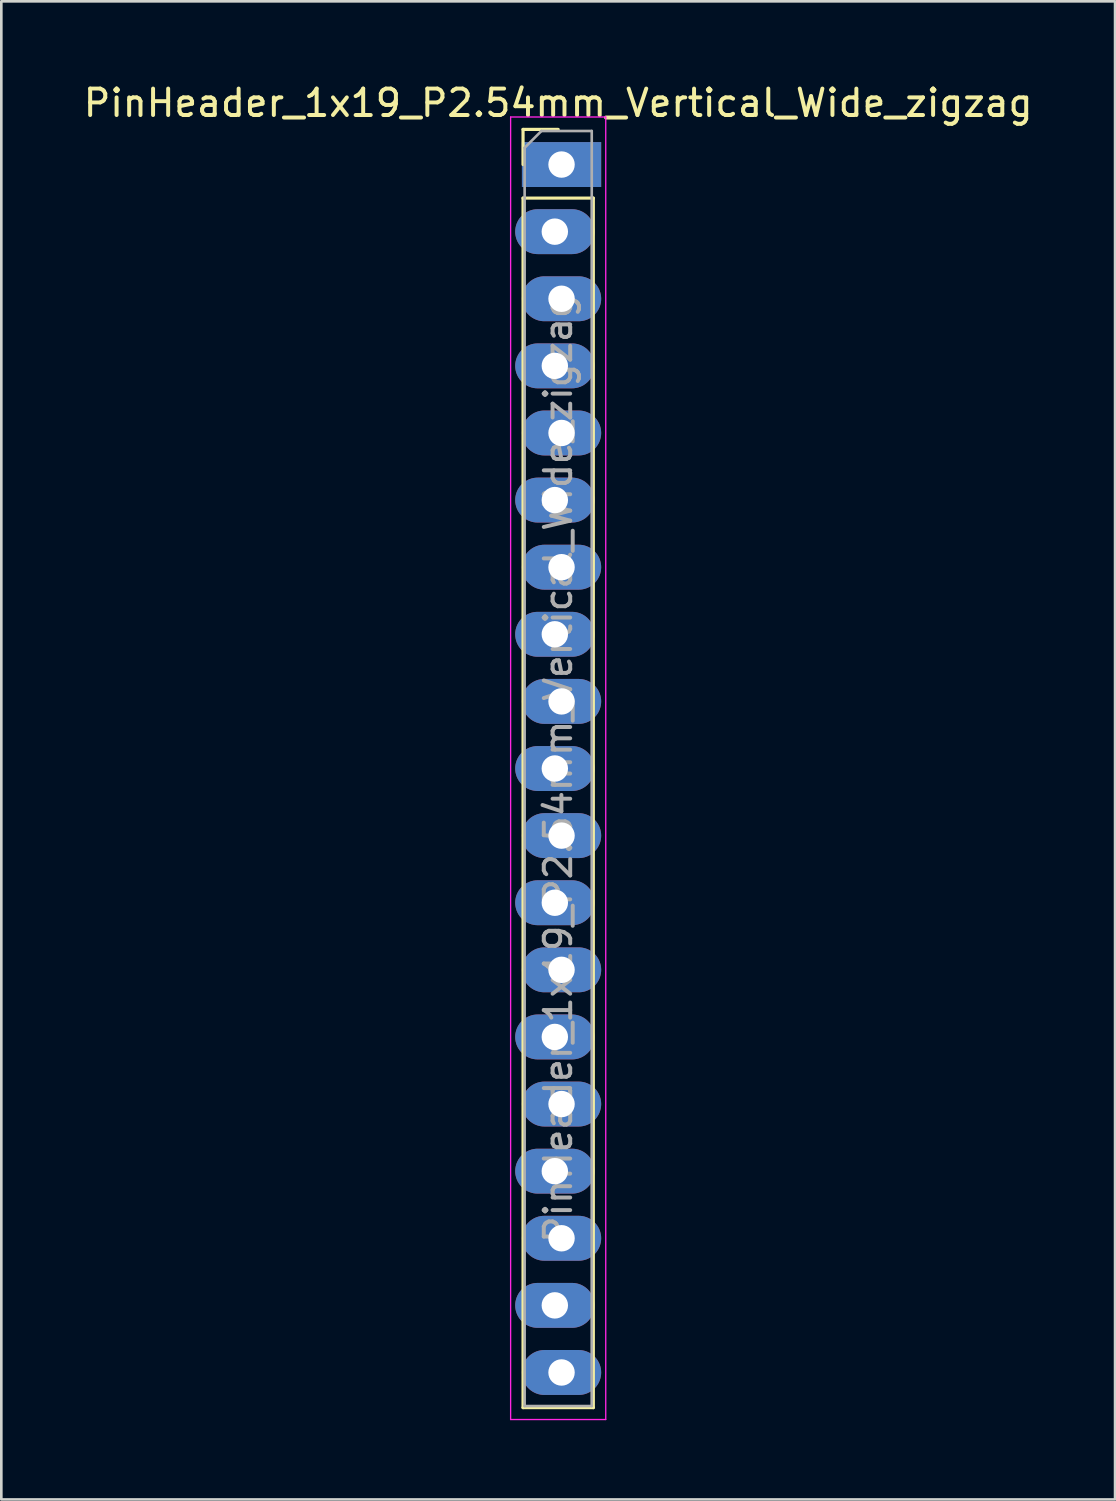
<source format=kicad_pcb>
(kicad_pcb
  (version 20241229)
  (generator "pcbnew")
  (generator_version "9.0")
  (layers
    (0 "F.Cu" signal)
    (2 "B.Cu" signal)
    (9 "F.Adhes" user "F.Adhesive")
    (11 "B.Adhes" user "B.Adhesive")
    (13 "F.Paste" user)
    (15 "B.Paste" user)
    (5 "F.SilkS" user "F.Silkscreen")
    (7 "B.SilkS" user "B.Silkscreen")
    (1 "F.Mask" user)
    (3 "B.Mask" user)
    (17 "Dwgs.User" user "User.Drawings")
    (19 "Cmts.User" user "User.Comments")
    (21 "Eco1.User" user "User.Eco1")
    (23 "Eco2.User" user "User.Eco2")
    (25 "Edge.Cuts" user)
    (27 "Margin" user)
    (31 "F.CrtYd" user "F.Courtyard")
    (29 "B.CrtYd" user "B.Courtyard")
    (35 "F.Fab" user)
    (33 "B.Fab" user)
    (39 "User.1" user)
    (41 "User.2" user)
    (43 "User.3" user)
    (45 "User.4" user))
  (footprint "PinHeader_1x19_P2.54mm_Vertical_Wide_zigzag"
    (layer "F.Cu")
    (at 18.077 3.178)
    (property "Reference" "PinHeader_1x19_P2.54mm_Vertical_Wide_zigzag" (at 0 -2.33 0) (layer "F.SilkS") (effects (font (size 1 1) (thickness 0.15))))
    (attr through_hole)
    (fp_line (start -1.33 -1.33) (end 0 -1.33) (stroke (width 0.12) (type solid)) (layer "F.SilkS"))
    (fp_line (start -1.33 0) (end -1.33 -1.33) (stroke (width 0.12) (type solid)) (layer "F.SilkS"))
    (fp_line (start -1.33 1.27) (end -1.33 47.05) (stroke (width 0.12) (type solid)) (layer "F.SilkS"))
    (fp_line (start -1.33 1.27) (end 1.33 1.27) (stroke (width 0.12) (type solid)) (layer "F.SilkS"))
    (fp_line (start -1.33 47.05) (end 1.33 47.05) (stroke (width 0.12) (type solid)) (layer "F.SilkS"))
    (fp_line (start 1.33 1.27) (end 1.33 47.05) (stroke (width 0.12) (type solid)) (layer "F.SilkS"))
    (fp_line (start -1.8 -1.8) (end -1.8 47.5) (stroke (width 0.05) (type solid)) (layer "F.CrtYd"))
    (fp_line (start -1.8 47.5) (end 1.8 47.5) (stroke (width 0.05) (type solid)) (layer "F.CrtYd"))
    (fp_line (start 1.8 -1.8) (end -1.8 -1.8) (stroke (width 0.05) (type solid)) (layer "F.CrtYd"))
    (fp_line (start 1.8 47.5) (end 1.8 -1.8) (stroke (width 0.05) (type solid)) (layer "F.CrtYd"))
    (fp_line (start -1.27 -0.635) (end -0.635 -1.27) (stroke (width 0.1) (type solid)) (layer "F.Fab"))
    (fp_line (start -1.27 46.99) (end -1.27 -0.635) (stroke (width 0.1) (type solid)) (layer "F.Fab"))
    (fp_line (start -0.635 -1.27) (end 1.27 -1.27) (stroke (width 0.1) (type solid)) (layer "F.Fab"))
    (fp_line (start 1.27 -1.27) (end 1.27 46.99) (stroke (width 0.1) (type solid)) (layer "F.Fab"))
    (fp_line (start 1.27 46.99) (end -1.27 46.99) (stroke (width 0.1) (type solid)) (layer "F.Fab"))
    (fp_text user "${REFERENCE}" (at 0 22.86 90) (layer "F.Fab") (effects (font (size 1 1) (thickness 0.15))))
    (pad "1" thru_hole rect (at 0.127 0) (size 3 1.7) (drill 1) (layers "*.Cu" "*.Mask"))
    (pad "2" thru_hole oval (at -0.127 2.54) (size 3 1.7) (drill 1) (layers "*.Cu" "*.Mask"))
    (pad "3" thru_hole oval (at 0.127 5.08) (size 3 1.7) (drill 1) (layers "*.Cu" "*.Mask"))
    (pad "4" thru_hole oval (at -0.127 7.62) (size 3 1.7) (drill 1) (layers "*.Cu" "*.Mask"))
    (pad "5" thru_hole oval (at 0.127 10.16) (size 3 1.7) (drill 1) (layers "*.Cu" "*.Mask"))
    (pad "6" thru_hole oval (at -0.127 12.7) (size 3 1.7) (drill 1) (layers "*.Cu" "*.Mask"))
    (pad "7" thru_hole oval (at 0.127 15.24) (size 3 1.7) (drill 1) (layers "*.Cu" "*.Mask"))
    (pad "8" thru_hole oval (at -0.127 17.78) (size 3 1.7) (drill 1) (layers "*.Cu" "*.Mask"))
    (pad "9" thru_hole oval (at 0.127 20.32) (size 3 1.7) (drill 1) (layers "*.Cu" "*.Mask"))
    (pad "10" thru_hole oval (at -0.127 22.86) (size 3 1.7) (drill 1) (layers "*.Cu" "*.Mask"))
    (pad "11" thru_hole oval (at 0.127 25.4) (size 3 1.7) (drill 1) (layers "*.Cu" "*.Mask"))
    (pad "12" thru_hole oval (at -0.127 27.94) (size 3 1.7) (drill 1) (layers "*.Cu" "*.Mask"))
    (pad "13" thru_hole oval (at 0.127 30.48) (size 3 1.7) (drill 1) (layers "*.Cu" "*.Mask"))
    (pad "14" thru_hole oval (at -0.127 33.02) (size 3 1.7) (drill 1) (layers "*.Cu" "*.Mask"))
    (pad "15" thru_hole oval (at 0.127 35.56) (size 3 1.7) (drill 1) (layers "*.Cu" "*.Mask"))
    (pad "16" thru_hole oval (at -0.127 38.1) (size 3 1.7) (drill 1) (layers "*.Cu" "*.Mask"))
    (pad "17" thru_hole oval (at 0.127 40.64) (size 3 1.7) (drill 1) (layers "*.Cu" "*.Mask"))
    (pad "18" thru_hole oval (at -0.127 43.18) (size 3 1.7) (drill 1) (layers "*.Cu" "*.Mask"))
    (pad "19" thru_hole oval (at 0.127 45.72) (size 3 1.7) (drill 1) (layers "*.Cu" "*.Mask")))
  (gr_rect
    (start -3 -3)
    (end 39.155 53.703)
    (stroke (width 0.1) (type default))
    (fill no)
    (layer "Edge.Cuts")))
</source>
